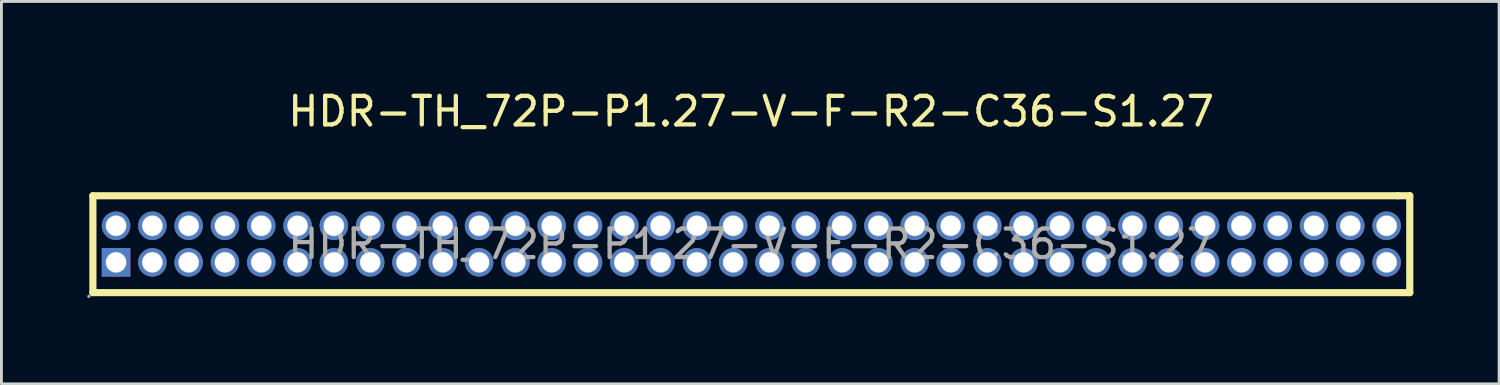
<source format=kicad_pcb>
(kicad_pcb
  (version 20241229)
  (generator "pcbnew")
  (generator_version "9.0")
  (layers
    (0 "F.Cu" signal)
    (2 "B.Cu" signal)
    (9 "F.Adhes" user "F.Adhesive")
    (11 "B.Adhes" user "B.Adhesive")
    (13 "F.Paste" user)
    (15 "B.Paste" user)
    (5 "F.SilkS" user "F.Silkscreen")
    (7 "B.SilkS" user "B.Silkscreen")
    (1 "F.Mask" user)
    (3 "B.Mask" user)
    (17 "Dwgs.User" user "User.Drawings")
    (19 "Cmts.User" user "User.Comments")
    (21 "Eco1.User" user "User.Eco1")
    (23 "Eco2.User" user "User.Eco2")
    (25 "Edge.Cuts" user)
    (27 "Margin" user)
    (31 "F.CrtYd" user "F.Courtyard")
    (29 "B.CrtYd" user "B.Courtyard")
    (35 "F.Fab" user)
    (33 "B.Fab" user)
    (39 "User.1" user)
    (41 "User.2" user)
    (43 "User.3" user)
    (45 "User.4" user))
  (footprint "HDR-TH_72P-P1.27-V-F-R2-C36-S1.27"
    (layer "F.Cu")
    (at 23.23 5.488)
    (property "Reference" "HDR-TH_72P-P1.27-V-F-R2-C36-S1.27" (at 0 -4.64 0) (layer "F.SilkS") (effects (font (size 1 1) (thickness 0.15))))
    (attr through_hole)
    (fp_line (start -23.03 -1.69) (end -23.03 1.7) (stroke (width 0.25) (type solid)) (layer "F.SilkS"))
    (fp_line (start -23.03 -1.69) (end 22.62 -1.69) (stroke (width 0.25) (type solid)) (layer "F.SilkS"))
    (fp_line (start -23.03 1.7) (end 23.04 1.7) (stroke (width 0.25) (type solid)) (layer "F.SilkS"))
    (fp_line (start 22.62 -1.69) (end 23.04 -1.69) (stroke (width 0.25) (type solid)) (layer "F.SilkS"))
    (fp_line (start 23.04 -1.69) (end 23.04 1.7) (stroke (width 0.25) (type solid)) (layer "F.SilkS"))
    (fp_circle (center -23.17 1.83) (end -23.14 1.83) (stroke (width 0.06) (type solid)) (fill no) (layer "F.Fab"))
    (fp_circle (center -22.22 -0.64) (end -22.1 -0.64) (stroke (width 0.25) (type solid)) (fill no) (layer "F.Fab"))
    (fp_circle (center -22.22 0.64) (end -22.1 0.64) (stroke (width 0.25) (type solid)) (fill no) (layer "F.Fab"))
    (fp_circle (center -20.95 -0.64) (end -20.83 -0.64) (stroke (width 0.25) (type solid)) (fill no) (layer "F.Fab"))
    (fp_circle (center -20.95 0.64) (end -20.83 0.64) (stroke (width 0.25) (type solid)) (fill no) (layer "F.Fab"))
    (fp_circle (center -19.68 -0.64) (end -19.56 -0.64) (stroke (width 0.25) (type solid)) (fill no) (layer "F.Fab"))
    (fp_circle (center -19.68 0.64) (end -19.56 0.64) (stroke (width 0.25) (type solid)) (fill no) (layer "F.Fab"))
    (fp_circle (center -18.41 -0.64) (end -18.29 -0.64) (stroke (width 0.25) (type solid)) (fill no) (layer "F.Fab"))
    (fp_circle (center -18.41 0.64) (end -18.29 0.64) (stroke (width 0.25) (type solid)) (fill no) (layer "F.Fab"))
    (fp_circle (center -17.14 -0.64) (end -17.02 -0.64) (stroke (width 0.25) (type solid)) (fill no) (layer "F.Fab"))
    (fp_circle (center -17.14 0.64) (end -17.02 0.64) (stroke (width 0.25) (type solid)) (fill no) (layer "F.Fab"))
    (fp_circle (center -15.87 -0.64) (end -15.75 -0.64) (stroke (width 0.25) (type solid)) (fill no) (layer "F.Fab"))
    (fp_circle (center -15.87 0.64) (end -15.75 0.64) (stroke (width 0.25) (type solid)) (fill no) (layer "F.Fab"))
    (fp_circle (center -14.6 -0.64) (end -14.48 -0.64) (stroke (width 0.25) (type solid)) (fill no) (layer "F.Fab"))
    (fp_circle (center -14.6 0.64) (end -14.48 0.64) (stroke (width 0.25) (type solid)) (fill no) (layer "F.Fab"))
    (fp_circle (center -13.33 -0.64) (end -13.21 -0.64) (stroke (width 0.25) (type solid)) (fill no) (layer "F.Fab"))
    (fp_circle (center -13.33 0.64) (end -13.21 0.64) (stroke (width 0.25) (type solid)) (fill no) (layer "F.Fab"))
    (fp_circle (center -12.06 -0.64) (end -11.94 -0.64) (stroke (width 0.25) (type solid)) (fill no) (layer "F.Fab"))
    (fp_circle (center -12.06 0.64) (end -11.94 0.64) (stroke (width 0.25) (type solid)) (fill no) (layer "F.Fab"))
    (fp_circle (center -10.79 -0.64) (end -10.67 -0.64) (stroke (width 0.25) (type solid)) (fill no) (layer "F.Fab"))
    (fp_circle (center -10.79 0.64) (end -10.67 0.64) (stroke (width 0.25) (type solid)) (fill no) (layer "F.Fab"))
    (fp_circle (center -9.52 -0.64) (end -9.4 -0.64) (stroke (width 0.25) (type solid)) (fill no) (layer "F.Fab"))
    (fp_circle (center -9.52 0.64) (end -9.4 0.64) (stroke (width 0.25) (type solid)) (fill no) (layer "F.Fab"))
    (fp_circle (center -8.25 -0.64) (end -8.13 -0.64) (stroke (width 0.25) (type solid)) (fill no) (layer "F.Fab"))
    (fp_circle (center -8.25 0.64) (end -8.13 0.64) (stroke (width 0.25) (type solid)) (fill no) (layer "F.Fab"))
    (fp_circle (center -6.98 -0.64) (end -6.86 -0.64) (stroke (width 0.25) (type solid)) (fill no) (layer "F.Fab"))
    (fp_circle (center -6.98 0.64) (end -6.86 0.64) (stroke (width 0.25) (type solid)) (fill no) (layer "F.Fab"))
    (fp_circle (center -5.71 -0.64) (end -5.59 -0.64) (stroke (width 0.25) (type solid)) (fill no) (layer "F.Fab"))
    (fp_circle (center -5.71 0.64) (end -5.59 0.64) (stroke (width 0.25) (type solid)) (fill no) (layer "F.Fab"))
    (fp_circle (center -4.44 -0.64) (end -4.32 -0.64) (stroke (width 0.25) (type solid)) (fill no) (layer "F.Fab"))
    (fp_circle (center -4.44 0.64) (end -4.32 0.64) (stroke (width 0.25) (type solid)) (fill no) (layer "F.Fab"))
    (fp_circle (center -3.17 -0.64) (end -3.05 -0.64) (stroke (width 0.25) (type solid)) (fill no) (layer "F.Fab"))
    (fp_circle (center -3.17 0.64) (end -3.05 0.64) (stroke (width 0.25) (type solid)) (fill no) (layer "F.Fab"))
    (fp_circle (center -1.9 -0.64) (end -1.78 -0.64) (stroke (width 0.25) (type solid)) (fill no) (layer "F.Fab"))
    (fp_circle (center -1.9 0.64) (end -1.78 0.64) (stroke (width 0.25) (type solid)) (fill no) (layer "F.Fab"))
    (fp_circle (center -0.63 -0.64) (end -0.51 -0.64) (stroke (width 0.25) (type solid)) (fill no) (layer "F.Fab"))
    (fp_circle (center -0.63 0.64) (end -0.51 0.64) (stroke (width 0.25) (type solid)) (fill no) (layer "F.Fab"))
    (fp_circle (center 0.64 -0.64) (end 0.76 -0.64) (stroke (width 0.25) (type solid)) (fill no) (layer "F.Fab"))
    (fp_circle (center 0.64 0.64) (end 0.76 0.64) (stroke (width 0.25) (type solid)) (fill no) (layer "F.Fab"))
    (fp_circle (center 1.91 -0.64) (end 2.03 -0.64) (stroke (width 0.25) (type solid)) (fill no) (layer "F.Fab"))
    (fp_circle (center 1.91 0.64) (end 2.03 0.64) (stroke (width 0.25) (type solid)) (fill no) (layer "F.Fab"))
    (fp_circle (center 3.18 -0.64) (end 3.3 -0.64) (stroke (width 0.25) (type solid)) (fill no) (layer "F.Fab"))
    (fp_circle (center 3.18 0.64) (end 3.3 0.64) (stroke (width 0.25) (type solid)) (fill no) (layer "F.Fab"))
    (fp_circle (center 4.45 -0.64) (end 4.57 -0.64) (stroke (width 0.25) (type solid)) (fill no) (layer "F.Fab"))
    (fp_circle (center 4.45 0.64) (end 4.57 0.64) (stroke (width 0.25) (type solid)) (fill no) (layer "F.Fab"))
    (fp_circle (center 5.72 -0.64) (end 5.84 -0.64) (stroke (width 0.25) (type solid)) (fill no) (layer "F.Fab"))
    (fp_circle (center 5.72 0.64) (end 5.84 0.64) (stroke (width 0.25) (type solid)) (fill no) (layer "F.Fab"))
    (fp_circle (center 6.98 -0.64) (end 7.1 -0.64) (stroke (width 0.25) (type solid)) (fill no) (layer "F.Fab"))
    (fp_circle (center 6.98 0.64) (end 7.1 0.64) (stroke (width 0.25) (type solid)) (fill no) (layer "F.Fab"))
    (fp_circle (center 8.26 -0.64) (end 8.38 -0.64) (stroke (width 0.25) (type solid)) (fill no) (layer "F.Fab"))
    (fp_circle (center 8.26 0.64) (end 8.38 0.64) (stroke (width 0.25) (type solid)) (fill no) (layer "F.Fab"))
    (fp_circle (center 9.53 -0.64) (end 9.65 -0.64) (stroke (width 0.25) (type solid)) (fill no) (layer "F.Fab"))
    (fp_circle (center 9.53 0.64) (end 9.65 0.64) (stroke (width 0.25) (type solid)) (fill no) (layer "F.Fab"))
    (fp_circle (center 10.8 -0.64) (end 10.92 -0.64) (stroke (width 0.25) (type solid)) (fill no) (layer "F.Fab"))
    (fp_circle (center 10.8 0.64) (end 10.92 0.64) (stroke (width 0.25) (type solid)) (fill no) (layer "F.Fab"))
    (fp_circle (center 12.07 -0.64) (end 12.19 -0.64) (stroke (width 0.25) (type solid)) (fill no) (layer "F.Fab"))
    (fp_circle (center 12.07 0.64) (end 12.19 0.64) (stroke (width 0.25) (type solid)) (fill no) (layer "F.Fab"))
    (fp_circle (center 13.34 -0.64) (end 13.46 -0.64) (stroke (width 0.25) (type solid)) (fill no) (layer "F.Fab"))
    (fp_circle (center 13.34 0.64) (end 13.46 0.64) (stroke (width 0.25) (type solid)) (fill no) (layer "F.Fab"))
    (fp_circle (center 14.61 -0.64) (end 14.73 -0.64) (stroke (width 0.25) (type solid)) (fill no) (layer "F.Fab"))
    (fp_circle (center 14.61 0.64) (end 14.73 0.64) (stroke (width 0.25) (type solid)) (fill no) (layer "F.Fab"))
    (fp_circle (center 15.88 -0.64) (end 16 -0.64) (stroke (width 0.25) (type solid)) (fill no) (layer "F.Fab"))
    (fp_circle (center 15.88 0.64) (end 16 0.64) (stroke (width 0.25) (type solid)) (fill no) (layer "F.Fab"))
    (fp_circle (center 17.15 -0.64) (end 17.27 -0.64) (stroke (width 0.25) (type solid)) (fill no) (layer "F.Fab"))
    (fp_circle (center 17.15 0.64) (end 17.27 0.64) (stroke (width 0.25) (type solid)) (fill no) (layer "F.Fab"))
    (fp_circle (center 18.42 -0.64) (end 18.54 -0.64) (stroke (width 0.25) (type solid)) (fill no) (layer "F.Fab"))
    (fp_circle (center 18.42 0.64) (end 18.54 0.64) (stroke (width 0.25) (type solid)) (fill no) (layer "F.Fab"))
    (fp_circle (center 19.69 -0.64) (end 19.81 -0.64) (stroke (width 0.25) (type solid)) (fill no) (layer "F.Fab"))
    (fp_circle (center 19.69 0.64) (end 19.81 0.64) (stroke (width 0.25) (type solid)) (fill no) (layer "F.Fab"))
    (fp_circle (center 20.96 -0.64) (end 21.08 -0.64) (stroke (width 0.25) (type solid)) (fill no) (layer "F.Fab"))
    (fp_circle (center 20.96 0.64) (end 21.08 0.64) (stroke (width 0.25) (type solid)) (fill no) (layer "F.Fab"))
    (fp_circle (center 22.23 -0.64) (end 22.35 -0.64) (stroke (width 0.25) (type solid)) (fill no) (layer "F.Fab"))
    (fp_circle (center 22.23 0.64) (end 22.35 0.64) (stroke (width 0.25) (type solid)) (fill no) (layer "F.Fab"))
    (fp_text user "${REFERENCE}" (at 0 0 0) (layer "F.Fab") (effects (font (size 1 1) (thickness 0.15))))
    (pad "1" thru_hole rect (at -22.22 0.64) (size 1 1) (drill 0.7) (layers "*.Cu" "*.Paste" "*.Mask"))
    (pad "2" thru_hole circle (at -22.22 -0.64) (size 1 1) (drill 0.7) (layers "*.Cu" "*.Paste" "*.Mask"))
    (pad "3" thru_hole circle (at -20.95 0.64) (size 1 1) (drill 0.7) (layers "*.Cu" "*.Paste" "*.Mask"))
    (pad "4" thru_hole circle (at -20.95 -0.64) (size 1 1) (drill 0.7) (layers "*.Cu" "*.Paste" "*.Mask"))
    (pad "5" thru_hole circle (at -19.68 0.64) (size 1 1) (drill 0.7) (layers "*.Cu" "*.Paste" "*.Mask"))
    (pad "6" thru_hole circle (at -19.68 -0.64) (size 1 1) (drill 0.7) (layers "*.Cu" "*.Paste" "*.Mask"))
    (pad "7" thru_hole circle (at -18.41 0.64) (size 1 1) (drill 0.7) (layers "*.Cu" "*.Paste" "*.Mask"))
    (pad "8" thru_hole circle (at -18.41 -0.64) (size 1 1) (drill 0.7) (layers "*.Cu" "*.Paste" "*.Mask"))
    (pad "9" thru_hole circle (at -17.14 0.64) (size 1 1) (drill 0.7) (layers "*.Cu" "*.Paste" "*.Mask"))
    (pad "10" thru_hole circle (at -17.14 -0.64) (size 1 1) (drill 0.7) (layers "*.Cu" "*.Paste" "*.Mask"))
    (pad "11" thru_hole circle (at -15.87 0.64) (size 1 1) (drill 0.7) (layers "*.Cu" "*.Paste" "*.Mask"))
    (pad "12" thru_hole circle (at -15.87 -0.64) (size 1 1) (drill 0.7) (layers "*.Cu" "*.Paste" "*.Mask"))
    (pad "13" thru_hole circle (at -14.6 0.64) (size 1 1) (drill 0.7) (layers "*.Cu" "*.Paste" "*.Mask"))
    (pad "14" thru_hole circle (at -14.6 -0.64) (size 1 1) (drill 0.7) (layers "*.Cu" "*.Paste" "*.Mask"))
    (pad "15" thru_hole circle (at -13.33 0.64) (size 1 1) (drill 0.7) (layers "*.Cu" "*.Paste" "*.Mask"))
    (pad "16" thru_hole circle (at -13.33 -0.64) (size 1 1) (drill 0.7) (layers "*.Cu" "*.Paste" "*.Mask"))
    (pad "17" thru_hole circle (at -12.06 0.64) (size 1 1) (drill 0.7) (layers "*.Cu" "*.Paste" "*.Mask"))
    (pad "18" thru_hole circle (at -12.06 -0.64) (size 1 1) (drill 0.7) (layers "*.Cu" "*.Paste" "*.Mask"))
    (pad "19" thru_hole circle (at -10.79 0.64) (size 1 1) (drill 0.7) (layers "*.Cu" "*.Paste" "*.Mask"))
    (pad "20" thru_hole circle (at -10.79 -0.64) (size 1 1) (drill 0.7) (layers "*.Cu" "*.Paste" "*.Mask"))
    (pad "21" thru_hole circle (at -9.52 0.64) (size 1 1) (drill 0.7) (layers "*.Cu" "*.Paste" "*.Mask"))
    (pad "22" thru_hole circle (at -9.52 -0.64) (size 1 1) (drill 0.7) (layers "*.Cu" "*.Paste" "*.Mask"))
    (pad "23" thru_hole circle (at -8.25 0.64) (size 1 1) (drill 0.7) (layers "*.Cu" "*.Paste" "*.Mask"))
    (pad "24" thru_hole circle (at -8.25 -0.64) (size 1 1) (drill 0.7) (layers "*.Cu" "*.Paste" "*.Mask"))
    (pad "25" thru_hole circle (at -6.98 0.64) (size 1 1) (drill 0.7) (layers "*.Cu" "*.Paste" "*.Mask"))
    (pad "26" thru_hole circle (at -6.98 -0.64) (size 1 1) (drill 0.7) (layers "*.Cu" "*.Paste" "*.Mask"))
    (pad "27" thru_hole circle (at -5.71 0.64) (size 1 1) (drill 0.7) (layers "*.Cu" "*.Paste" "*.Mask"))
    (pad "28" thru_hole circle (at -5.71 -0.64) (size 1 1) (drill 0.7) (layers "*.Cu" "*.Paste" "*.Mask"))
    (pad "29" thru_hole circle (at -4.44 0.64) (size 1 1) (drill 0.7) (layers "*.Cu" "*.Paste" "*.Mask"))
    (pad "30" thru_hole circle (at -4.44 -0.64) (size 1 1) (drill 0.7) (layers "*.Cu" "*.Paste" "*.Mask"))
    (pad "31" thru_hole circle (at -3.17 0.64) (size 1 1) (drill 0.7) (layers "*.Cu" "*.Paste" "*.Mask"))
    (pad "32" thru_hole circle (at -3.17 -0.64) (size 1 1) (drill 0.7) (layers "*.Cu" "*.Paste" "*.Mask"))
    (pad "33" thru_hole circle (at -1.9 0.64) (size 1 1) (drill 0.7) (layers "*.Cu" "*.Paste" "*.Mask"))
    (pad "34" thru_hole circle (at -1.9 -0.64) (size 1 1) (drill 0.7) (layers "*.Cu" "*.Paste" "*.Mask"))
    (pad "35" thru_hole circle (at -0.63 0.64) (size 1 1) (drill 0.7) (layers "*.Cu" "*.Paste" "*.Mask"))
    (pad "36" thru_hole circle (at -0.63 -0.64) (size 1 1) (drill 0.7) (layers "*.Cu" "*.Paste" "*.Mask"))
    (pad "37" thru_hole circle (at 0.64 0.64) (size 1 1) (drill 0.7) (layers "*.Cu" "*.Paste" "*.Mask"))
    (pad "38" thru_hole circle (at 0.64 -0.64) (size 1 1) (drill 0.7) (layers "*.Cu" "*.Paste" "*.Mask"))
    (pad "39" thru_hole circle (at 1.91 0.64) (size 1 1) (drill 0.7) (layers "*.Cu" "*.Paste" "*.Mask"))
    (pad "40" thru_hole circle (at 1.91 -0.64) (size 1 1) (drill 0.7) (layers "*.Cu" "*.Paste" "*.Mask"))
    (pad "41" thru_hole circle (at 3.18 0.64) (size 1 1) (drill 0.7) (layers "*.Cu" "*.Paste" "*.Mask"))
    (pad "42" thru_hole circle (at 3.18 -0.64) (size 1 1) (drill 0.7) (layers "*.Cu" "*.Paste" "*.Mask"))
    (pad "43" thru_hole circle (at 4.45 0.64) (size 1 1) (drill 0.7) (layers "*.Cu" "*.Paste" "*.Mask"))
    (pad "44" thru_hole circle (at 4.45 -0.64) (size 1 1) (drill 0.7) (layers "*.Cu" "*.Paste" "*.Mask"))
    (pad "45" thru_hole circle (at 5.72 0.64) (size 1 1) (drill 0.7) (layers "*.Cu" "*.Paste" "*.Mask"))
    (pad "46" thru_hole circle (at 5.72 -0.64) (size 1 1) (drill 0.7) (layers "*.Cu" "*.Paste" "*.Mask"))
    (pad "47" thru_hole circle (at 6.98 0.64) (size 1 1) (drill 0.7) (layers "*.Cu" "*.Paste" "*.Mask"))
    (pad "48" thru_hole circle (at 6.98 -0.64) (size 1 1) (drill 0.7) (layers "*.Cu" "*.Paste" "*.Mask"))
    (pad "49" thru_hole circle (at 8.26 0.64) (size 1 1) (drill 0.7) (layers "*.Cu" "*.Paste" "*.Mask"))
    (pad "50" thru_hole circle (at 8.26 -0.64) (size 1 1) (drill 0.7) (layers "*.Cu" "*.Paste" "*.Mask"))
    (pad "51" thru_hole circle (at 9.53 0.64) (size 1 1) (drill 0.7) (layers "*.Cu" "*.Paste" "*.Mask"))
    (pad "52" thru_hole circle (at 9.53 -0.64) (size 1 1) (drill 0.7) (layers "*.Cu" "*.Paste" "*.Mask"))
    (pad "53" thru_hole circle (at 10.8 0.64) (size 1 1) (drill 0.7) (layers "*.Cu" "*.Paste" "*.Mask"))
    (pad "54" thru_hole circle (at 10.8 -0.64) (size 1 1) (drill 0.7) (layers "*.Cu" "*.Paste" "*.Mask"))
    (pad "55" thru_hole circle (at 12.07 0.64) (size 1 1) (drill 0.7) (layers "*.Cu" "*.Paste" "*.Mask"))
    (pad "56" thru_hole circle (at 12.07 -0.64) (size 1 1) (drill 0.7) (layers "*.Cu" "*.Paste" "*.Mask"))
    (pad "57" thru_hole circle (at 13.34 0.64) (size 1 1) (drill 0.7) (layers "*.Cu" "*.Paste" "*.Mask"))
    (pad "58" thru_hole circle (at 13.34 -0.64) (size 1 1) (drill 0.7) (layers "*.Cu" "*.Paste" "*.Mask"))
    (pad "59" thru_hole circle (at 14.61 0.64) (size 1 1) (drill 0.7) (layers "*.Cu" "*.Paste" "*.Mask"))
    (pad "60" thru_hole circle (at 14.61 -0.64) (size 1 1) (drill 0.7) (layers "*.Cu" "*.Paste" "*.Mask"))
    (pad "61" thru_hole circle (at 15.88 0.64) (size 1 1) (drill 0.7) (layers "*.Cu" "*.Paste" "*.Mask"))
    (pad "62" thru_hole circle (at 15.88 -0.64) (size 1 1) (drill 0.7) (layers "*.Cu" "*.Paste" "*.Mask"))
    (pad "63" thru_hole circle (at 17.15 0.64) (size 1 1) (drill 0.7) (layers "*.Cu" "*.Paste" "*.Mask"))
    (pad "64" thru_hole circle (at 17.15 -0.64) (size 1 1) (drill 0.7) (layers "*.Cu" "*.Paste" "*.Mask"))
    (pad "65" thru_hole circle (at 18.42 0.64) (size 1 1) (drill 0.7) (layers "*.Cu" "*.Paste" "*.Mask"))
    (pad "66" thru_hole circle (at 18.42 -0.64) (size 1 1) (drill 0.7) (layers "*.Cu" "*.Paste" "*.Mask"))
    (pad "67" thru_hole circle (at 19.69 0.64) (size 1 1) (drill 0.7) (layers "*.Cu" "*.Paste" "*.Mask"))
    (pad "68" thru_hole circle (at 19.69 -0.64) (size 1 1) (drill 0.7) (layers "*.Cu" "*.Paste" "*.Mask"))
    (pad "69" thru_hole circle (at 20.96 0.64) (size 1 1) (drill 0.7) (layers "*.Cu" "*.Paste" "*.Mask"))
    (pad "70" thru_hole circle (at 20.96 -0.64) (size 1 1) (drill 0.7) (layers "*.Cu" "*.Paste" "*.Mask"))
    (pad "71" thru_hole circle (at 22.23 0.64) (size 1 1) (drill 0.7) (layers "*.Cu" "*.Paste" "*.Mask"))
    (pad "72" thru_hole circle (at 22.23 -0.64) (size 1 1) (drill 0.7) (layers "*.Cu" "*.Paste" "*.Mask")))
  (gr_rect
    (start -3 -3)
    (end 49.395 10.378)
    (stroke (width 0.1) (type default))
    (fill no)
    (layer "Edge.Cuts")))
</source>
